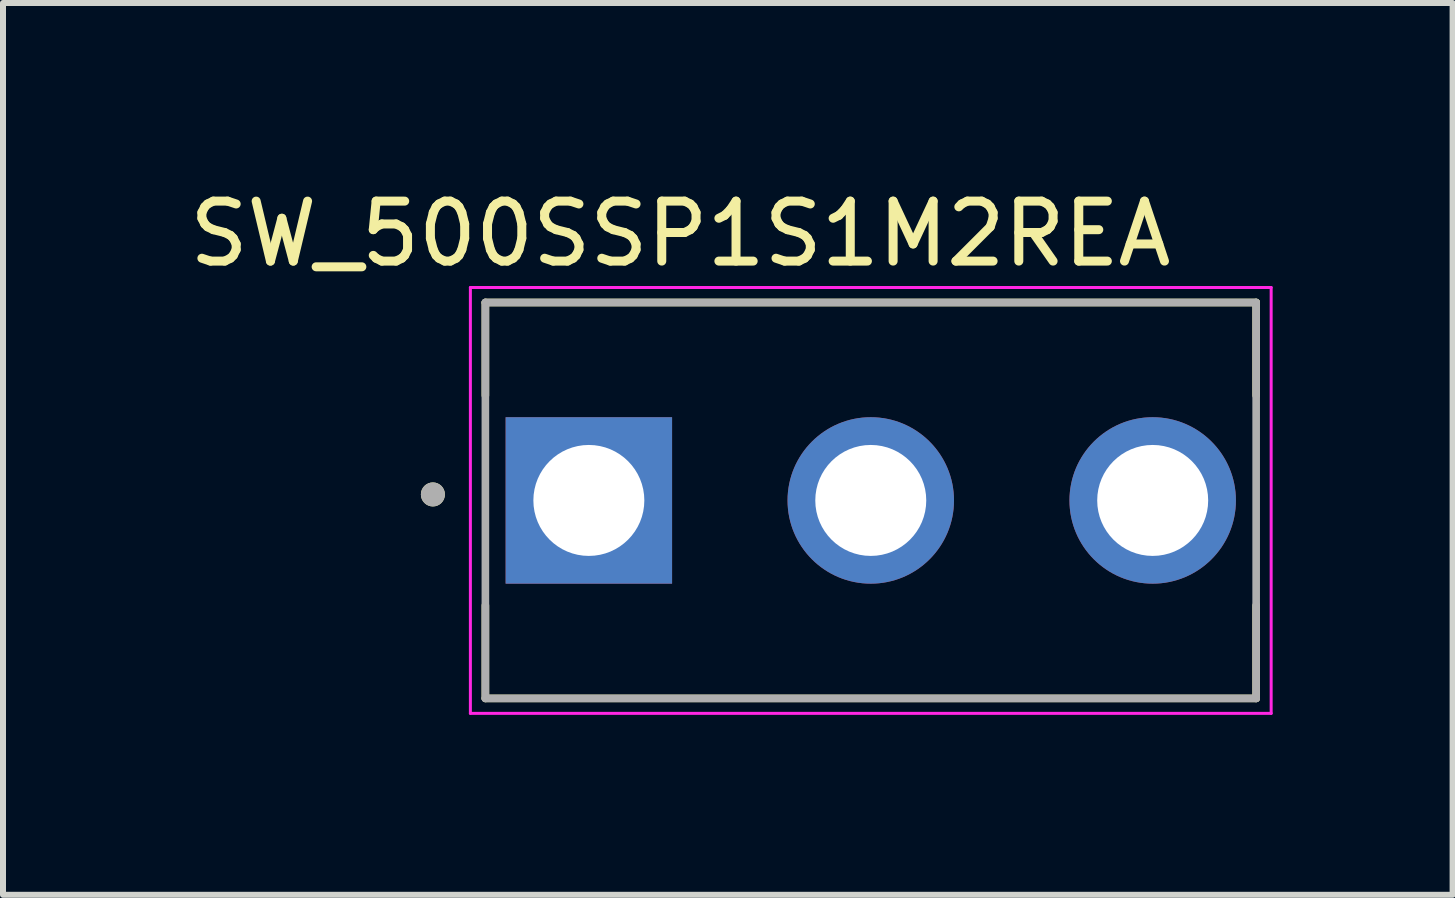
<source format=kicad_pcb>
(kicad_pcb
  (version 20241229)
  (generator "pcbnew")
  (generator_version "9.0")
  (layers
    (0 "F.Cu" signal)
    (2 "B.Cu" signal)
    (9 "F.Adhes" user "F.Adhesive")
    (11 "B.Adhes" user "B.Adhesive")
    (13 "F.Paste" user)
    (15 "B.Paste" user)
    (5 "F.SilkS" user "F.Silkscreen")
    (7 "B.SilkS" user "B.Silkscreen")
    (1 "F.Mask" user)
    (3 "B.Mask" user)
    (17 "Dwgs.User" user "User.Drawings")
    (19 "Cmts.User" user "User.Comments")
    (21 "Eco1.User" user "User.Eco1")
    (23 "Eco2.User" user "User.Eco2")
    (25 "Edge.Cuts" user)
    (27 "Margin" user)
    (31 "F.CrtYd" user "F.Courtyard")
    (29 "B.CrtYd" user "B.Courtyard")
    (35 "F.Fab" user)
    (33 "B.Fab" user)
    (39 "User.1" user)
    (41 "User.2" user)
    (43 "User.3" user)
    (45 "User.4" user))
  (footprint "SW_500SSP1S1M2REA"
    (layer "F.Cu")
    (at 11.467 5.293)
    (property "Reference" "SW_500SSP1S1M2REA" (at -3.175 -4.445 0) (layer "F.SilkS") (effects (font (size 1 1) (thickness 0.15))))
    (attr through_hole)
    (fp_line (start -6.425 -3.3) (end 6.425 -3.3) (stroke (width 0.127) (type solid)) (layer "F.SilkS"))
    (fp_line (start -6.425 -1.75) (end -6.425 -3.3) (stroke (width 0.127) (type solid)) (layer "F.SilkS"))
    (fp_line (start -6.425 3.3) (end -6.425 1.75) (stroke (width 0.127) (type solid)) (layer "F.SilkS"))
    (fp_line (start 6.425 -3.3) (end 6.425 -1.75) (stroke (width 0.127) (type solid)) (layer "F.SilkS"))
    (fp_line (start 6.425 1.75) (end 6.425 3.3) (stroke (width 0.127) (type solid)) (layer "F.SilkS"))
    (fp_line (start 6.425 3.3) (end -6.425 3.3) (stroke (width 0.127) (type solid)) (layer "F.SilkS"))
    (fp_circle (center -7.3 -0.1) (end -7.2 -0.1) (stroke (width 0.2) (type solid)) (fill no) (layer "F.SilkS"))
    (fp_line (start -6.675 -3.55) (end 6.675 -3.55) (stroke (width 0.05) (type solid)) (layer "F.CrtYd"))
    (fp_line (start -6.675 3.55) (end -6.675 -3.55) (stroke (width 0.05) (type solid)) (layer "F.CrtYd"))
    (fp_line (start 6.675 -3.55) (end 6.675 3.55) (stroke (width 0.05) (type solid)) (layer "F.CrtYd"))
    (fp_line (start 6.675 3.55) (end -6.675 3.55) (stroke (width 0.05) (type solid)) (layer "F.CrtYd"))
    (fp_line (start -6.425 -3.3) (end 6.425 -3.3) (stroke (width 0.127) (type solid)) (layer "F.Fab"))
    (fp_line (start -6.425 3.3) (end -6.425 -3.3) (stroke (width 0.127) (type solid)) (layer "F.Fab"))
    (fp_line (start 6.425 -3.3) (end 6.425 3.3) (stroke (width 0.127) (type solid)) (layer "F.Fab"))
    (fp_line (start 6.425 3.3) (end -6.425 3.3) (stroke (width 0.127) (type solid)) (layer "F.Fab"))
    (fp_circle (center -7.3 -0.1) (end -7.2 -0.1) (stroke (width 0.2) (type solid)) (fill no) (layer "F.Fab"))
    (pad "1" thru_hole rect (at -4.7 0) (size 2.775 2.775) (drill 1.85) (layers "*.Cu" "*.Mask"))
    (pad "2" thru_hole circle (at 0 0) (size 2.775 2.775) (drill 1.85) (layers "*.Cu" "*.Mask"))
    (pad "3" thru_hole circle (at 4.7 0) (size 2.775 2.775) (drill 1.85) (layers "*.Cu" "*.Mask")))
  (gr_rect
    (start -3 -3)
    (end 21.167 11.868)
    (stroke (width 0.1) (type default))
    (fill no)
    (layer "Edge.Cuts")))
</source>
